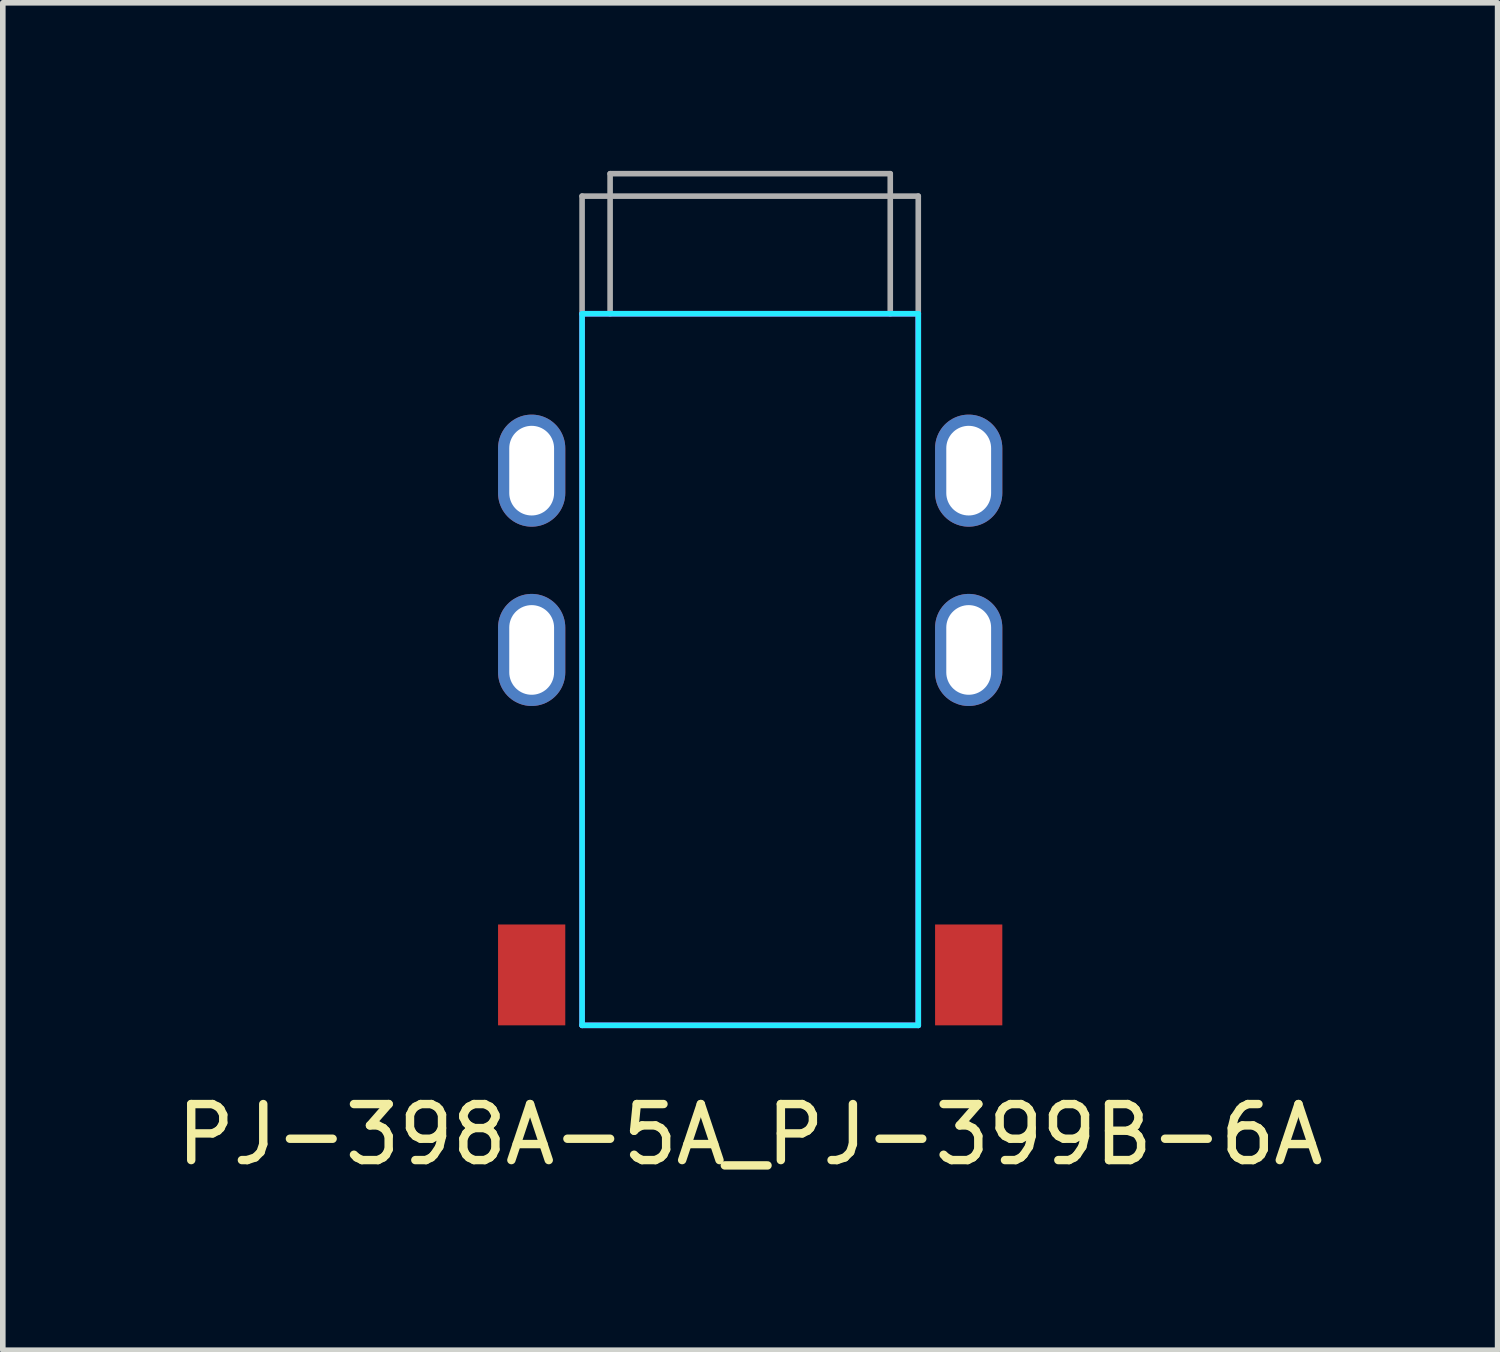
<source format=kicad_pcb>
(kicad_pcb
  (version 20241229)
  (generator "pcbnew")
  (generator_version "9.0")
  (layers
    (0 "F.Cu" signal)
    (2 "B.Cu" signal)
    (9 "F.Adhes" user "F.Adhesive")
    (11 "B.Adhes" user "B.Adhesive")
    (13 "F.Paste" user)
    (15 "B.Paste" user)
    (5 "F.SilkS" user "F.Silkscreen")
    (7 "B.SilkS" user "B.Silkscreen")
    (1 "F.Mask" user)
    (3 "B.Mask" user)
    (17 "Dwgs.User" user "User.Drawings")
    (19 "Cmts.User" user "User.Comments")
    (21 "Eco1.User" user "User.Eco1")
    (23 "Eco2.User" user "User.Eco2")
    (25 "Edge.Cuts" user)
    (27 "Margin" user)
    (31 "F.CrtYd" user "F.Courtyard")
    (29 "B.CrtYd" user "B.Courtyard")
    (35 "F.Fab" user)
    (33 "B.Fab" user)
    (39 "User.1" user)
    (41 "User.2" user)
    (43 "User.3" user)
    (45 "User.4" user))
  (footprint "PJ-398A-5A_PJ-399B-6A"
    (layer "F.Cu")
    (at 10.339 2.55)
    (property "Reference" "PJ-398A-5A_PJ-399B-6A" (at 0 14.65 0) (layer "F.SilkS") (effects (font (size 1 1) (thickness 0.15))))
    (attr smd)
    (fp_line (start -3 12.7) (end -3 0) (stroke (width 0.1) (type solid)) (layer "B.CrtYd"))
    (fp_line (start 3 0) (end -3 0) (stroke (width 0.1) (type solid)) (layer "B.CrtYd"))
    (fp_line (start 3 12.7) (end -3 12.7) (stroke (width 0.1) (type solid)) (layer "B.CrtYd"))
    (fp_line (start 3 12.7) (end 3 0) (stroke (width 0.1) (type solid)) (layer "B.CrtYd"))
    (fp_line (start -3 12.7) (end -3 0) (stroke (width 0.1) (type solid)) (layer "F.CrtYd"))
    (fp_line (start 3 0) (end -3 0) (stroke (width 0.1) (type solid)) (layer "F.CrtYd"))
    (fp_line (start 3 12.7) (end -3 12.7) (stroke (width 0.1) (type solid)) (layer "F.CrtYd"))
    (fp_line (start 3 12.7) (end 3 0) (stroke (width 0.1) (type solid)) (layer "F.CrtYd"))
    (fp_line (start -3 -2.1) (end -3 0) (stroke (width 0.1) (type default)) (layer "F.Fab"))
    (fp_line (start -2.5 0) (end -2.5 -2.5) (stroke (width 0.1) (type default)) (layer "F.Fab"))
    (fp_line (start 2.5 -2.5) (end -2.5 -2.5) (stroke (width 0.1) (type default)) (layer "F.Fab"))
    (fp_line (start 2.5 0) (end 2.5 -2.5) (stroke (width 0.1) (type default)) (layer "F.Fab"))
    (fp_line (start 3 -2.1) (end -3 -2.1) (stroke (width 0.1) (type default)) (layer "F.Fab"))
    (fp_line (start 3 -2.1) (end 3 0) (stroke (width 0.1) (type default)) (layer "F.Fab"))
    (pad "R" thru_hole oval (at -3.9 6) (size 1.2 2) (drill oval 0.8 1.6) (layers "*.Cu" "*.Mask"))
    (pad "R" thru_hole oval (at 3.9 6) (size 1.2 2) (drill oval 0.8 1.6) (layers "*.Cu" "*.Mask"))
    (pad "S" thru_hole oval (at -3.9 2.8) (size 1.2 2) (drill oval 0.8 1.6) (layers "*.Cu" "*.Mask"))
    (pad "S" thru_hole oval (at 3.9 2.8) (size 1.2 2) (drill oval 0.8 1.6) (layers "*.Cu" "*.Mask"))
    (pad "T" smd rect (at -3.9 11.8) (size 1.2 1.8) (layers "F.Cu" "F.Mask" "F.Paste"))
    (pad "T" smd rect (at 3.9 11.8) (size 1.2 1.8) (layers "F.Cu" "F.Mask" "F.Paste")))
  (gr_rect
    (start -3 -3)
    (end 23.679 21.048)
    (stroke (width 0.1) (type default))
    (fill no)
    (layer "Edge.Cuts")))
</source>
